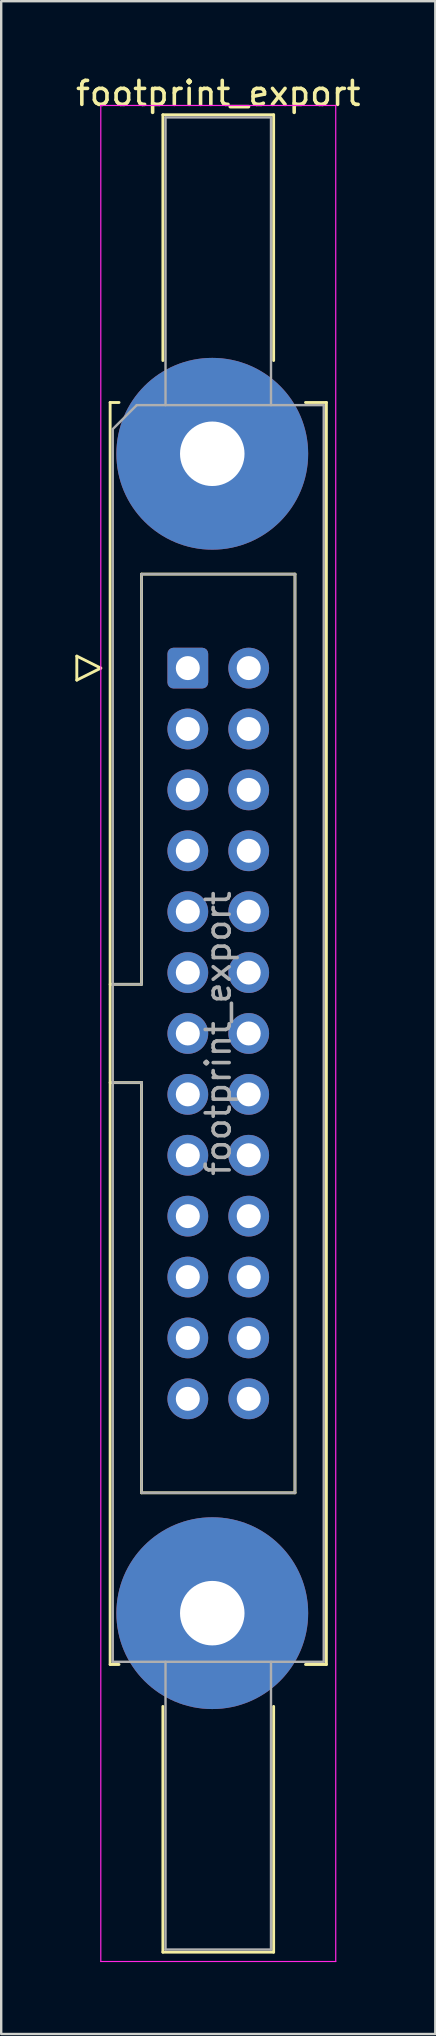
<source format=kicad_pcb>
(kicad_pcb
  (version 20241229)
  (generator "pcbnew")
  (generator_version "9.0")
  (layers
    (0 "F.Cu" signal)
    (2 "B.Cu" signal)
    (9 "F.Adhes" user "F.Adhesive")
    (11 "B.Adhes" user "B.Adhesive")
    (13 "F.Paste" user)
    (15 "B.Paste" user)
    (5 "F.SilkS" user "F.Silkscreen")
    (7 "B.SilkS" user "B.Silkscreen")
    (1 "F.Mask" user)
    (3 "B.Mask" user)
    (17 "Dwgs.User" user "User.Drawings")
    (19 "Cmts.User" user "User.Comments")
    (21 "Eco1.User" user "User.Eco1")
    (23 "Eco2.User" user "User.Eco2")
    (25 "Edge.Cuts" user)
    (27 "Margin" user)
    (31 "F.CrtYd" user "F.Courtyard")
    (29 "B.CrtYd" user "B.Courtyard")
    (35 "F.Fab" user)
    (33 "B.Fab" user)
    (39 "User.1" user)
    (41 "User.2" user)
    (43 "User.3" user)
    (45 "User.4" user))
  (footprint "footprint_export"
    (layer "F.Cu")
    (at 4.784 24.818)
    (property "Reference" "footprint_export" (at 1.27 -23.97 0) (layer "F.SilkS") (effects (font (size 1 1) (thickness 0.15))))
    (attr through_hole)
    (fp_line (start -4.63 -0.5) (end -4.63 0.5) (stroke (width 0.12) (type solid)) (layer "F.SilkS"))
    (fp_line (start -4.63 0.5) (end -3.63 0) (stroke (width 0.12) (type solid)) (layer "F.SilkS"))
    (fp_line (start -3.63 0) (end -4.63 -0.5) (stroke (width 0.12) (type solid)) (layer "F.SilkS"))
    (fp_line (start -3.24 -11.08) (end -3.24 41.56) (stroke (width 0.12) (type solid)) (layer "F.SilkS"))
    (fp_line (start -3.24 13.19) (end -1.93 13.19) (stroke (width 0.12) (type solid)) (layer "F.SilkS"))
    (fp_line (start -3.24 41.56) (end -2.87 41.56) (stroke (width 0.12) (type solid)) (layer "F.SilkS"))
    (fp_line (start -2.87 -11.08) (end -3.24 -11.08) (stroke (width 0.12) (type solid)) (layer "F.SilkS"))
    (fp_line (start -1.93 -3.92) (end 4.47 -3.92) (stroke (width 0.12) (type solid)) (layer "F.SilkS"))
    (fp_line (start -1.93 13.19) (end -1.93 -3.92) (stroke (width 0.12) (type solid)) (layer "F.SilkS"))
    (fp_line (start -1.93 17.29) (end -3.24 17.29) (stroke (width 0.12) (type solid)) (layer "F.SilkS"))
    (fp_line (start -1.93 17.29) (end -1.93 17.29) (stroke (width 0.12) (type solid)) (layer "F.SilkS"))
    (fp_line (start -1.93 34.4) (end -1.93 17.29) (stroke (width 0.12) (type solid)) (layer "F.SilkS"))
    (fp_line (start -1.04 -23.08) (end 3.58 -23.08) (stroke (width 0.12) (type solid)) (layer "F.SilkS"))
    (fp_line (start -1.04 -12.83) (end -1.04 -23.08) (stroke (width 0.12) (type solid)) (layer "F.SilkS"))
    (fp_line (start -1.04 43.31) (end -1.04 53.56) (stroke (width 0.12) (type solid)) (layer "F.SilkS"))
    (fp_line (start -1.04 53.56) (end 3.58 53.56) (stroke (width 0.12) (type solid)) (layer "F.SilkS"))
    (fp_line (start 3.58 -23.08) (end 3.58 -12.83) (stroke (width 0.12) (type solid)) (layer "F.SilkS"))
    (fp_line (start 3.58 53.56) (end 3.58 43.31) (stroke (width 0.12) (type solid)) (layer "F.SilkS"))
    (fp_line (start 4.47 -3.92) (end 4.47 34.4) (stroke (width 0.12) (type solid)) (layer "F.SilkS"))
    (fp_line (start 4.47 34.4) (end -1.93 34.4) (stroke (width 0.12) (type solid)) (layer "F.SilkS"))
    (fp_line (start 4.91 -11.08) (end 5.78 -11.08) (stroke (width 0.12) (type solid)) (layer "F.SilkS"))
    (fp_line (start 5.78 -11.08) (end 5.78 41.56) (stroke (width 0.12) (type solid)) (layer "F.SilkS"))
    (fp_line (start 5.78 41.56) (end 4.91 41.56) (stroke (width 0.12) (type solid)) (layer "F.SilkS"))
    (fp_line (start -3.63 -23.47) (end -3.63 53.95) (stroke (width 0.05) (type solid)) (layer "F.CrtYd"))
    (fp_line (start -3.63 53.95) (end 6.17 53.95) (stroke (width 0.05) (type solid)) (layer "F.CrtYd"))
    (fp_line (start 6.17 -23.47) (end -3.63 -23.47) (stroke (width 0.05) (type solid)) (layer "F.CrtYd"))
    (fp_line (start 6.17 53.95) (end 6.17 -23.47) (stroke (width 0.05) (type solid)) (layer "F.CrtYd"))
    (fp_line (start -3.13 -9.97) (end -2.13 -10.97) (stroke (width 0.1) (type solid)) (layer "F.Fab"))
    (fp_line (start -3.13 13.19) (end -1.93 13.19) (stroke (width 0.1) (type solid)) (layer "F.Fab"))
    (fp_line (start -3.13 41.45) (end -3.13 -9.97) (stroke (width 0.1) (type solid)) (layer "F.Fab"))
    (fp_line (start -2.13 -10.97) (end 5.67 -10.97) (stroke (width 0.1) (type solid)) (layer "F.Fab"))
    (fp_line (start -1.93 -3.92) (end 4.47 -3.92) (stroke (width 0.1) (type solid)) (layer "F.Fab"))
    (fp_line (start -1.93 13.19) (end -1.93 -3.92) (stroke (width 0.1) (type solid)) (layer "F.Fab"))
    (fp_line (start -1.93 17.29) (end -3.13 17.29) (stroke (width 0.1) (type solid)) (layer "F.Fab"))
    (fp_line (start -1.93 17.29) (end -1.93 17.29) (stroke (width 0.1) (type solid)) (layer "F.Fab"))
    (fp_line (start -1.93 34.4) (end -1.93 17.29) (stroke (width 0.1) (type solid)) (layer "F.Fab"))
    (fp_line (start -0.93 -22.97) (end 3.47 -22.97) (stroke (width 0.1) (type solid)) (layer "F.Fab"))
    (fp_line (start -0.93 -10.97) (end -0.93 -22.97) (stroke (width 0.1) (type solid)) (layer "F.Fab"))
    (fp_line (start -0.93 41.45) (end -0.93 53.45) (stroke (width 0.1) (type solid)) (layer "F.Fab"))
    (fp_line (start -0.93 53.45) (end 3.47 53.45) (stroke (width 0.1) (type solid)) (layer "F.Fab"))
    (fp_line (start 3.47 -22.97) (end 3.47 -10.97) (stroke (width 0.1) (type solid)) (layer "F.Fab"))
    (fp_line (start 3.47 53.45) (end 3.47 41.45) (stroke (width 0.1) (type solid)) (layer "F.Fab"))
    (fp_line (start 4.47 -3.92) (end 4.47 34.4) (stroke (width 0.1) (type solid)) (layer "F.Fab"))
    (fp_line (start 4.47 34.4) (end -1.93 34.4) (stroke (width 0.1) (type solid)) (layer "F.Fab"))
    (fp_line (start 5.67 -10.97) (end 5.67 41.45) (stroke (width 0.1) (type solid)) (layer "F.Fab"))
    (fp_line (start 5.67 41.45) (end -3.13 41.45) (stroke (width 0.1) (type solid)) (layer "F.Fab"))
    (fp_text user "${REFERENCE}" (at 1.27 15.24 90) (layer "F.Fab") (effects (font (size 1 1) (thickness 0.15))))
    (pad "1" thru_hole roundrect (at 0 0) (size 1.7 1.7) (drill 1) (layers "*.Cu" "*.Mask") (roundrect_rratio 0.147))
    (pad "2" thru_hole circle (at 2.54 0) (size 1.7 1.7) (drill 1) (layers "*.Cu" "*.Mask"))
    (pad "3" thru_hole circle (at 0 2.54) (size 1.7 1.7) (drill 1) (layers "*.Cu" "*.Mask"))
    (pad "4" thru_hole circle (at 2.54 2.54) (size 1.7 1.7) (drill 1) (layers "*.Cu" "*.Mask"))
    (pad "5" thru_hole circle (at 0 5.08) (size 1.7 1.7) (drill 1) (layers "*.Cu" "*.Mask"))
    (pad "6" thru_hole circle (at 2.54 5.08) (size 1.7 1.7) (drill 1) (layers "*.Cu" "*.Mask"))
    (pad "7" thru_hole circle (at 0 7.62) (size 1.7 1.7) (drill 1) (layers "*.Cu" "*.Mask"))
    (pad "8" thru_hole circle (at 2.54 7.62) (size 1.7 1.7) (drill 1) (layers "*.Cu" "*.Mask"))
    (pad "9" thru_hole circle (at 0 10.16) (size 1.7 1.7) (drill 1) (layers "*.Cu" "*.Mask"))
    (pad "10" thru_hole circle (at 2.54 10.16) (size 1.7 1.7) (drill 1) (layers "*.Cu" "*.Mask"))
    (pad "11" thru_hole circle (at 0 12.7) (size 1.7 1.7) (drill 1) (layers "*.Cu" "*.Mask"))
    (pad "12" thru_hole circle (at 2.54 12.7) (size 1.7 1.7) (drill 1) (layers "*.Cu" "*.Mask"))
    (pad "13" thru_hole circle (at 0 15.24) (size 1.7 1.7) (drill 1) (layers "*.Cu" "*.Mask"))
    (pad "14" thru_hole circle (at 2.54 15.24) (size 1.7 1.7) (drill 1) (layers "*.Cu" "*.Mask"))
    (pad "15" thru_hole circle (at 0 17.78) (size 1.7 1.7) (drill 1) (layers "*.Cu" "*.Mask"))
    (pad "16" thru_hole circle (at 2.54 17.78) (size 1.7 1.7) (drill 1) (layers "*.Cu" "*.Mask"))
    (pad "17" thru_hole circle (at 0 20.32) (size 1.7 1.7) (drill 1) (layers "*.Cu" "*.Mask"))
    (pad "18" thru_hole circle (at 2.54 20.32) (size 1.7 1.7) (drill 1) (layers "*.Cu" "*.Mask"))
    (pad "19" thru_hole circle (at 0 22.86) (size 1.7 1.7) (drill 1) (layers "*.Cu" "*.Mask"))
    (pad "20" thru_hole circle (at 2.54 22.86) (size 1.7 1.7) (drill 1) (layers "*.Cu" "*.Mask"))
    (pad "21" thru_hole circle (at 0 25.4) (size 1.7 1.7) (drill 1) (layers "*.Cu" "*.Mask"))
    (pad "22" thru_hole circle (at 2.54 25.4) (size 1.7 1.7) (drill 1) (layers "*.Cu" "*.Mask"))
    (pad "23" thru_hole circle (at 0 27.94) (size 1.7 1.7) (drill 1) (layers "*.Cu" "*.Mask"))
    (pad "24" thru_hole circle (at 2.54 27.94) (size 1.7 1.7) (drill 1) (layers "*.Cu" "*.Mask"))
    (pad "25" thru_hole circle (at 0 30.48) (size 1.7 1.7) (drill 1) (layers "*.Cu" "*.Mask"))
    (pad "26" thru_hole circle (at 2.54 30.48) (size 1.7 1.7) (drill 1) (layers "*.Cu" "*.Mask"))
    (pad "MP" thru_hole circle (at 1.02 -8.94) (size 8 8) (drill 2.69) (layers "*.Cu" "*.Mask"))
    (pad "MP" thru_hole circle (at 1.02 39.42) (size 8 8) (drill 2.69) (layers "*.Cu" "*.Mask")))
  (gr_rect
    (start -3 -3)
    (end 15.107 81.793)
    (stroke (width 0.1) (type default))
    (fill no)
    (layer "Edge.Cuts")))
</source>
